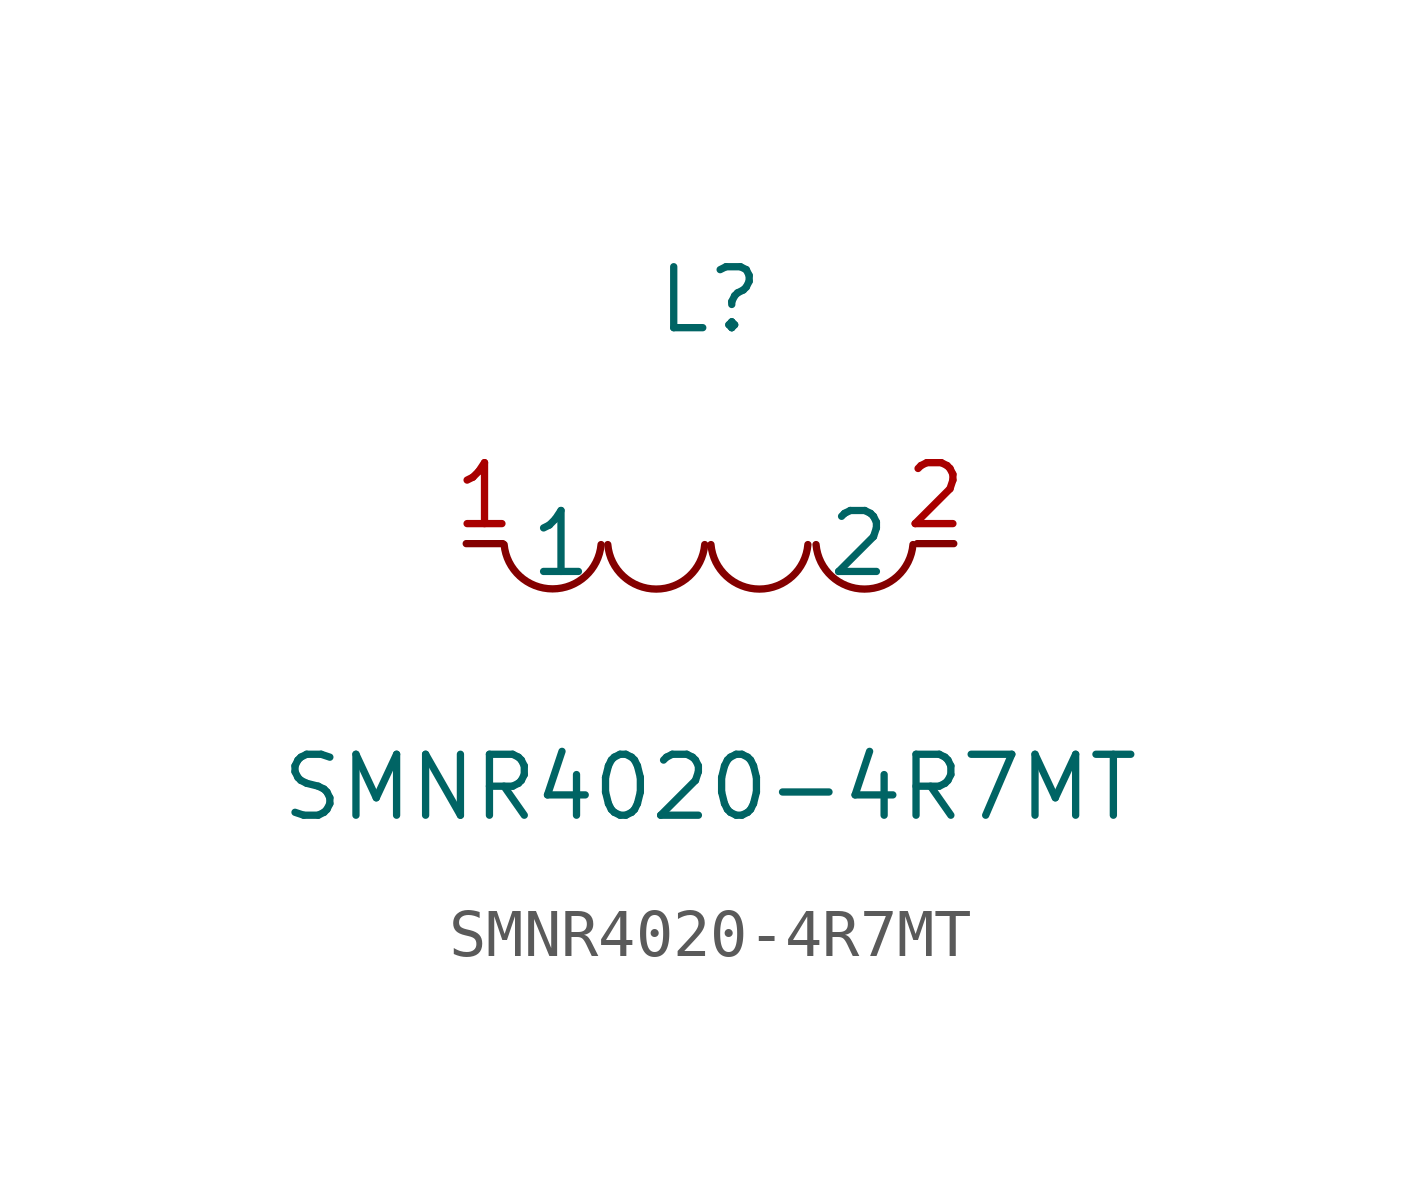
<source format=kicad_sym>
(kicad_symbol_lib
  (version 20241209)
  (generator "kicad_symbol_editor")
  (generator_version "9.0")
  (symbol "SMNR4020-4R7MT"
    (property "Reference" "L"
      (at 0 5.08 0)
      (effects (font (size 1.27 1.27))))
    (property "Value" "SMNR4020-4R7MT"
      (at 0 -5.08 0)
      (effects (font (size 1.27 1.27))))
    (symbol "SMNR4020-4R7MT_0_1"
      (arc (start -2.27 -0.02) (mid -3.28 -0.9427) (end -4.29 -0.02) (stroke (width 0) (type default)) (fill (type none)))
      (arc (start -0.11 -0.02) (mid -1.12 -0.9471) (end -2.13 -0.02) (stroke (width 0) (type default)) (fill (type none)))
      (arc (start 2.04 -0.02) (mid 1.03 -0.9471) (end 0.02 -0.02) (stroke (width 0) (type default)) (fill (type none)))
      (arc (start 4.23 -0.02) (mid 3.22 -0.9471) (end 2.21 -0.02) (stroke (width 0) (type default)) (fill (type none)))
      (pin unspecified line (at -5.08 0 0) (length 0.762) (name "1" (effects (font (size 1.27 1.27)))) (number "1" (effects (font (size 1.27 1.27)))))
      (pin unspecified line (at 5.08 0 180) (length 0.762) (name "2" (effects (font (size 1.27 1.27)))) (number "2" (effects (font (size 1.27 1.27))))))))
</source>
